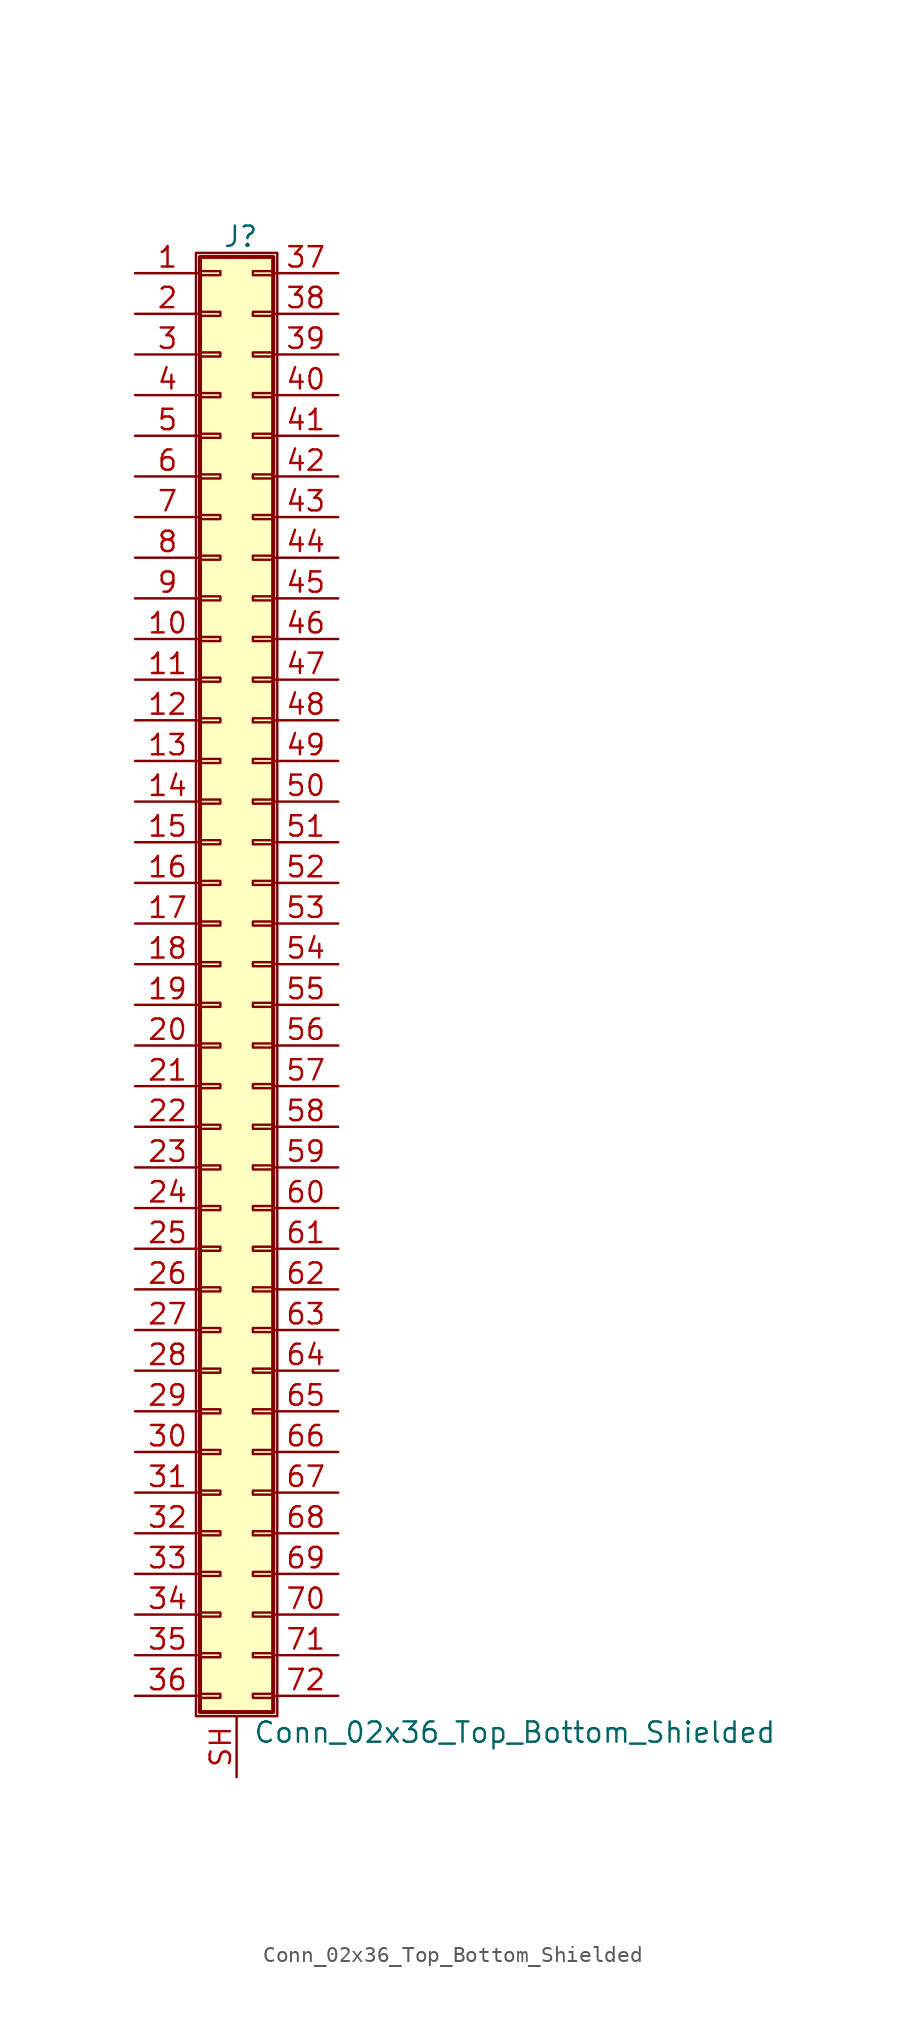
<source format=kicad_sym>
(kicad_symbol_lib
  (version 20211014)
  (generator kicad_symbol_editor)
  (symbol "Conn_02x36_Top_Bottom_Shielded"
    (pin_names
      (offset 1.016) hide)
    (property "Reference" "J"
      (at 1.524 45.466 0)
      (effects (font (size 1.27 1.27))))
    (property "Value" "Conn_02x36_Top_Bottom_Shielded"
      (at 2.286 -48.006 0)
      (effects (font (size 1.27 1.27)) (justify left)))
    (symbol "Conn_02x36_Top_Bottom_Shielded_1_1"
      (rectangle (start -1.27 44.45) (end 3.81 -46.99) (stroke (width 0.152) (type default) (color 0 0 0 0)) (fill (type none)))
      (rectangle (start -1.016 -45.593) (end 0.254 -45.847) (stroke (width 0.152) (type default) (color 0 0 0 0)) (fill (type none)))
      (rectangle (start -1.016 -43.053) (end 0.254 -43.307) (stroke (width 0.152) (type default) (color 0 0 0 0)) (fill (type none)))
      (rectangle (start -1.016 -40.513) (end 0.254 -40.767) (stroke (width 0.152) (type default) (color 0 0 0 0)) (fill (type none)))
      (rectangle (start -1.016 -37.973) (end 0.254 -38.227) (stroke (width 0.152) (type default) (color 0 0 0 0)) (fill (type none)))
      (rectangle (start -1.016 -35.433) (end 0.254 -35.687) (stroke (width 0.152) (type default) (color 0 0 0 0)) (fill (type none)))
      (rectangle (start -1.016 -32.893) (end 0.254 -33.147) (stroke (width 0.152) (type default) (color 0 0 0 0)) (fill (type none)))
      (rectangle (start -1.016 -30.353) (end 0.254 -30.607) (stroke (width 0.152) (type default) (color 0 0 0 0)) (fill (type none)))
      (rectangle (start -1.016 -27.813) (end 0.254 -28.067) (stroke (width 0.152) (type default) (color 0 0 0 0)) (fill (type none)))
      (rectangle (start -1.016 -25.273) (end 0.254 -25.527) (stroke (width 0.152) (type default) (color 0 0 0 0)) (fill (type none)))
      (rectangle (start -1.016 -22.733) (end 0.254 -22.987) (stroke (width 0.152) (type default) (color 0 0 0 0)) (fill (type none)))
      (rectangle (start -1.016 -20.193) (end 0.254 -20.447) (stroke (width 0.152) (type default) (color 0 0 0 0)) (fill (type none)))
      (rectangle (start -1.016 -17.653) (end 0.254 -17.907) (stroke (width 0.152) (type default) (color 0 0 0 0)) (fill (type none)))
      (rectangle (start -1.016 -15.113) (end 0.254 -15.367) (stroke (width 0.152) (type default) (color 0 0 0 0)) (fill (type none)))
      (rectangle (start -1.016 -12.573) (end 0.254 -12.827) (stroke (width 0.152) (type default) (color 0 0 0 0)) (fill (type none)))
      (rectangle (start -1.016 -10.033) (end 0.254 -10.287) (stroke (width 0.152) (type default) (color 0 0 0 0)) (fill (type none)))
      (rectangle (start -1.016 -7.493) (end 0.254 -7.747) (stroke (width 0.152) (type default) (color 0 0 0 0)) (fill (type none)))
      (rectangle (start -1.016 -4.953) (end 0.254 -5.207) (stroke (width 0.152) (type default) (color 0 0 0 0)) (fill (type none)))
      (rectangle (start -1.016 -2.413) (end 0.254 -2.667) (stroke (width 0.152) (type default) (color 0 0 0 0)) (fill (type none)))
      (rectangle (start -1.016 0.127) (end 0.254 -0.127) (stroke (width 0.152) (type default) (color 0 0 0 0)) (fill (type none)))
      (rectangle (start -1.016 2.667) (end 0.254 2.413) (stroke (width 0.152) (type default) (color 0 0 0 0)) (fill (type none)))
      (rectangle (start -1.016 5.207) (end 0.254 4.953) (stroke (width 0.152) (type default) (color 0 0 0 0)) (fill (type none)))
      (rectangle (start -1.016 7.747) (end 0.254 7.493) (stroke (width 0.152) (type default) (color 0 0 0 0)) (fill (type none)))
      (rectangle (start -1.016 10.287) (end 0.254 10.033) (stroke (width 0.152) (type default) (color 0 0 0 0)) (fill (type none)))
      (rectangle (start -1.016 12.827) (end 0.254 12.573) (stroke (width 0.152) (type default) (color 0 0 0 0)) (fill (type none)))
      (rectangle (start -1.016 15.367) (end 0.254 15.113) (stroke (width 0.152) (type default) (color 0 0 0 0)) (fill (type none)))
      (rectangle (start -1.016 17.907) (end 0.254 17.653) (stroke (width 0.152) (type default) (color 0 0 0 0)) (fill (type none)))
      (rectangle (start -1.016 20.447) (end 0.254 20.193) (stroke (width 0.152) (type default) (color 0 0 0 0)) (fill (type none)))
      (rectangle (start -1.016 22.987) (end 0.254 22.733) (stroke (width 0.152) (type default) (color 0 0 0 0)) (fill (type none)))
      (rectangle (start -1.016 25.527) (end 0.254 25.273) (stroke (width 0.152) (type default) (color 0 0 0 0)) (fill (type none)))
      (rectangle (start -1.016 28.067) (end 0.254 27.813) (stroke (width 0.152) (type default) (color 0 0 0 0)) (fill (type none)))
      (rectangle (start -1.016 30.607) (end 0.254 30.353) (stroke (width 0.152) (type default) (color 0 0 0 0)) (fill (type none)))
      (rectangle (start -1.016 33.147) (end 0.254 32.893) (stroke (width 0.152) (type default) (color 0 0 0 0)) (fill (type none)))
      (rectangle (start -1.016 35.687) (end 0.254 35.433) (stroke (width 0.152) (type default) (color 0 0 0 0)) (fill (type none)))
      (rectangle (start -1.016 38.227) (end 0.254 37.973) (stroke (width 0.152) (type default) (color 0 0 0 0)) (fill (type none)))
      (rectangle (start -1.016 40.767) (end 0.254 40.513) (stroke (width 0.152) (type default) (color 0 0 0 0)) (fill (type none)))
      (rectangle (start -1.016 43.307) (end 0.254 43.053) (stroke (width 0.152) (type default) (color 0 0 0 0)) (fill (type none)))
      (rectangle (start -1.016 44.196) (end 3.556 -46.736) (stroke (width 0.254) (type default) (color 0 0 0 0)) (fill (type background)))
      (rectangle (start 3.556 -45.593) (end 2.286 -45.847) (stroke (width 0.152) (type default) (color 0 0 0 0)) (fill (type none)))
      (rectangle (start 3.556 -43.053) (end 2.286 -43.307) (stroke (width 0.152) (type default) (color 0 0 0 0)) (fill (type none)))
      (rectangle (start 3.556 -40.513) (end 2.286 -40.767) (stroke (width 0.152) (type default) (color 0 0 0 0)) (fill (type none)))
      (rectangle (start 3.556 -37.973) (end 2.286 -38.227) (stroke (width 0.152) (type default) (color 0 0 0 0)) (fill (type none)))
      (rectangle (start 3.556 -35.433) (end 2.286 -35.687) (stroke (width 0.152) (type default) (color 0 0 0 0)) (fill (type none)))
      (rectangle (start 3.556 -32.893) (end 2.286 -33.147) (stroke (width 0.152) (type default) (color 0 0 0 0)) (fill (type none)))
      (rectangle (start 3.556 -30.353) (end 2.286 -30.607) (stroke (width 0.152) (type default) (color 0 0 0 0)) (fill (type none)))
      (rectangle (start 3.556 -27.813) (end 2.286 -28.067) (stroke (width 0.152) (type default) (color 0 0 0 0)) (fill (type none)))
      (rectangle (start 3.556 -25.273) (end 2.286 -25.527) (stroke (width 0.152) (type default) (color 0 0 0 0)) (fill (type none)))
      (rectangle (start 3.556 -22.733) (end 2.286 -22.987) (stroke (width 0.152) (type default) (color 0 0 0 0)) (fill (type none)))
      (rectangle (start 3.556 -20.193) (end 2.286 -20.447) (stroke (width 0.152) (type default) (color 0 0 0 0)) (fill (type none)))
      (rectangle (start 3.556 -17.653) (end 2.286 -17.907) (stroke (width 0.152) (type default) (color 0 0 0 0)) (fill (type none)))
      (rectangle (start 3.556 -15.113) (end 2.286 -15.367) (stroke (width 0.152) (type default) (color 0 0 0 0)) (fill (type none)))
      (rectangle (start 3.556 -12.573) (end 2.286 -12.827) (stroke (width 0.152) (type default) (color 0 0 0 0)) (fill (type none)))
      (rectangle (start 3.556 -10.033) (end 2.286 -10.287) (stroke (width 0.152) (type default) (color 0 0 0 0)) (fill (type none)))
      (rectangle (start 3.556 -7.493) (end 2.286 -7.747) (stroke (width 0.152) (type default) (color 0 0 0 0)) (fill (type none)))
      (rectangle (start 3.556 -4.953) (end 2.286 -5.207) (stroke (width 0.152) (type default) (color 0 0 0 0)) (fill (type none)))
      (rectangle (start 3.556 -2.413) (end 2.286 -2.667) (stroke (width 0.152) (type default) (color 0 0 0 0)) (fill (type none)))
      (rectangle (start 3.556 0.127) (end 2.286 -0.127) (stroke (width 0.152) (type default) (color 0 0 0 0)) (fill (type none)))
      (rectangle (start 3.556 2.667) (end 2.286 2.413) (stroke (width 0.152) (type default) (color 0 0 0 0)) (fill (type none)))
      (rectangle (start 3.556 5.207) (end 2.286 4.953) (stroke (width 0.152) (type default) (color 0 0 0 0)) (fill (type none)))
      (rectangle (start 3.556 7.747) (end 2.286 7.493) (stroke (width 0.152) (type default) (color 0 0 0 0)) (fill (type none)))
      (rectangle (start 3.556 10.287) (end 2.286 10.033) (stroke (width 0.152) (type default) (color 0 0 0 0)) (fill (type none)))
      (rectangle (start 3.556 12.827) (end 2.286 12.573) (stroke (width 0.152) (type default) (color 0 0 0 0)) (fill (type none)))
      (rectangle (start 3.556 15.367) (end 2.286 15.113) (stroke (width 0.152) (type default) (color 0 0 0 0)) (fill (type none)))
      (rectangle (start 3.556 17.907) (end 2.286 17.653) (stroke (width 0.152) (type default) (color 0 0 0 0)) (fill (type none)))
      (rectangle (start 3.556 20.447) (end 2.286 20.193) (stroke (width 0.152) (type default) (color 0 0 0 0)) (fill (type none)))
      (rectangle (start 3.556 22.987) (end 2.286 22.733) (stroke (width 0.152) (type default) (color 0 0 0 0)) (fill (type none)))
      (rectangle (start 3.556 25.527) (end 2.286 25.273) (stroke (width 0.152) (type default) (color 0 0 0 0)) (fill (type none)))
      (rectangle (start 3.556 28.067) (end 2.286 27.813) (stroke (width 0.152) (type default) (color 0 0 0 0)) (fill (type none)))
      (rectangle (start 3.556 30.607) (end 2.286 30.353) (stroke (width 0.152) (type default) (color 0 0 0 0)) (fill (type none)))
      (rectangle (start 3.556 33.147) (end 2.286 32.893) (stroke (width 0.152) (type default) (color 0 0 0 0)) (fill (type none)))
      (rectangle (start 3.556 35.687) (end 2.286 35.433) (stroke (width 0.152) (type default) (color 0 0 0 0)) (fill (type none)))
      (rectangle (start 3.556 38.227) (end 2.286 37.973) (stroke (width 0.152) (type default) (color 0 0 0 0)) (fill (type none)))
      (rectangle (start 3.556 40.767) (end 2.286 40.513) (stroke (width 0.152) (type default) (color 0 0 0 0)) (fill (type none)))
      (rectangle (start 3.556 43.307) (end 2.286 43.053) (stroke (width 0.152) (type default) (color 0 0 0 0)) (fill (type none)))
      (pin passive line (at -5.08 43.18 0) (length 4.064) (name "Pin_1" (effects (font (size 1.27 1.27)))) (number "1" (effects (font (size 1.27 1.27)))))
      (pin passive line (at -5.08 20.32 0) (length 4.064) (name "Pin_10" (effects (font (size 1.27 1.27)))) (number "10" (effects (font (size 1.27 1.27)))))
      (pin passive line (at -5.08 17.78 0) (length 4.064) (name "Pin_11" (effects (font (size 1.27 1.27)))) (number "11" (effects (font (size 1.27 1.27)))))
      (pin passive line (at -5.08 15.24 0) (length 4.064) (name "Pin_12" (effects (font (size 1.27 1.27)))) (number "12" (effects (font (size 1.27 1.27)))))
      (pin passive line (at -5.08 12.7 0) (length 4.064) (name "Pin_13" (effects (font (size 1.27 1.27)))) (number "13" (effects (font (size 1.27 1.27)))))
      (pin passive line (at -5.08 10.16 0) (length 4.064) (name "Pin_14" (effects (font (size 1.27 1.27)))) (number "14" (effects (font (size 1.27 1.27)))))
      (pin passive line (at -5.08 7.62 0) (length 4.064) (name "Pin_15" (effects (font (size 1.27 1.27)))) (number "15" (effects (font (size 1.27 1.27)))))
      (pin passive line (at -5.08 5.08 0) (length 4.064) (name "Pin_16" (effects (font (size 1.27 1.27)))) (number "16" (effects (font (size 1.27 1.27)))))
      (pin passive line (at -5.08 2.54 0) (length 4.064) (name "Pin_17" (effects (font (size 1.27 1.27)))) (number "17" (effects (font (size 1.27 1.27)))))
      (pin passive line (at -5.08 0 0) (length 4.064) (name "Pin_18" (effects (font (size 1.27 1.27)))) (number "18" (effects (font (size 1.27 1.27)))))
      (pin passive line (at -5.08 -2.54 0) (length 4.064) (name "Pin_19" (effects (font (size 1.27 1.27)))) (number "19" (effects (font (size 1.27 1.27)))))
      (pin passive line (at -5.08 40.64 0) (length 4.064) (name "Pin_2" (effects (font (size 1.27 1.27)))) (number "2" (effects (font (size 1.27 1.27)))))
      (pin passive line (at -5.08 -5.08 0) (length 4.064) (name "Pin_20" (effects (font (size 1.27 1.27)))) (number "20" (effects (font (size 1.27 1.27)))))
      (pin passive line (at -5.08 -7.62 0) (length 4.064) (name "Pin_21" (effects (font (size 1.27 1.27)))) (number "21" (effects (font (size 1.27 1.27)))))
      (pin passive line (at -5.08 -10.16 0) (length 4.064) (name "Pin_22" (effects (font (size 1.27 1.27)))) (number "22" (effects (font (size 1.27 1.27)))))
      (pin passive line (at -5.08 -12.7 0) (length 4.064) (name "Pin_23" (effects (font (size 1.27 1.27)))) (number "23" (effects (font (size 1.27 1.27)))))
      (pin passive line (at -5.08 -15.24 0) (length 4.064) (name "Pin_24" (effects (font (size 1.27 1.27)))) (number "24" (effects (font (size 1.27 1.27)))))
      (pin passive line (at -5.08 -17.78 0) (length 4.064) (name "Pin_25" (effects (font (size 1.27 1.27)))) (number "25" (effects (font (size 1.27 1.27)))))
      (pin passive line (at -5.08 -20.32 0) (length 4.064) (name "Pin_26" (effects (font (size 1.27 1.27)))) (number "26" (effects (font (size 1.27 1.27)))))
      (pin passive line (at -5.08 -22.86 0) (length 4.064) (name "Pin_27" (effects (font (size 1.27 1.27)))) (number "27" (effects (font (size 1.27 1.27)))))
      (pin passive line (at -5.08 -25.4 0) (length 4.064) (name "Pin_28" (effects (font (size 1.27 1.27)))) (number "28" (effects (font (size 1.27 1.27)))))
      (pin passive line (at -5.08 -27.94 0) (length 4.064) (name "Pin_29" (effects (font (size 1.27 1.27)))) (number "29" (effects (font (size 1.27 1.27)))))
      (pin passive line (at -5.08 38.1 0) (length 4.064) (name "Pin_3" (effects (font (size 1.27 1.27)))) (number "3" (effects (font (size 1.27 1.27)))))
      (pin passive line (at -5.08 -30.48 0) (length 4.064) (name "Pin_30" (effects (font (size 1.27 1.27)))) (number "30" (effects (font (size 1.27 1.27)))))
      (pin passive line (at -5.08 -33.02 0) (length 4.064) (name "Pin_31" (effects (font (size 1.27 1.27)))) (number "31" (effects (font (size 1.27 1.27)))))
      (pin passive line (at -5.08 -35.56 0) (length 4.064) (name "Pin_32" (effects (font (size 1.27 1.27)))) (number "32" (effects (font (size 1.27 1.27)))))
      (pin passive line (at -5.08 -38.1 0) (length 4.064) (name "Pin_33" (effects (font (size 1.27 1.27)))) (number "33" (effects (font (size 1.27 1.27)))))
      (pin passive line (at -5.08 -40.64 0) (length 4.064) (name "Pin_34" (effects (font (size 1.27 1.27)))) (number "34" (effects (font (size 1.27 1.27)))))
      (pin passive line (at -5.08 -43.18 0) (length 4.064) (name "Pin_35" (effects (font (size 1.27 1.27)))) (number "35" (effects (font (size 1.27 1.27)))))
      (pin passive line (at -5.08 -45.72 0) (length 4.064) (name "Pin_36" (effects (font (size 1.27 1.27)))) (number "36" (effects (font (size 1.27 1.27)))))
      (pin passive line (at 7.62 43.18 180) (length 4.064) (name "Pin_37" (effects (font (size 1.27 1.27)))) (number "37" (effects (font (size 1.27 1.27)))))
      (pin passive line (at 7.62 40.64 180) (length 4.064) (name "Pin_38" (effects (font (size 1.27 1.27)))) (number "38" (effects (font (size 1.27 1.27)))))
      (pin passive line (at 7.62 38.1 180) (length 4.064) (name "Pin_39" (effects (font (size 1.27 1.27)))) (number "39" (effects (font (size 1.27 1.27)))))
      (pin passive line (at -5.08 35.56 0) (length 4.064) (name "Pin_4" (effects (font (size 1.27 1.27)))) (number "4" (effects (font (size 1.27 1.27)))))
      (pin passive line (at 7.62 35.56 180) (length 4.064) (name "Pin_40" (effects (font (size 1.27 1.27)))) (number "40" (effects (font (size 1.27 1.27)))))
      (pin passive line (at 7.62 33.02 180) (length 4.064) (name "Pin_41" (effects (font (size 1.27 1.27)))) (number "41" (effects (font (size 1.27 1.27)))))
      (pin passive line (at 7.62 30.48 180) (length 4.064) (name "Pin_42" (effects (font (size 1.27 1.27)))) (number "42" (effects (font (size 1.27 1.27)))))
      (pin passive line (at 7.62 27.94 180) (length 4.064) (name "Pin_43" (effects (font (size 1.27 1.27)))) (number "43" (effects (font (size 1.27 1.27)))))
      (pin passive line (at 7.62 25.4 180) (length 4.064) (name "Pin_44" (effects (font (size 1.27 1.27)))) (number "44" (effects (font (size 1.27 1.27)))))
      (pin passive line (at 7.62 22.86 180) (length 4.064) (name "Pin_45" (effects (font (size 1.27 1.27)))) (number "45" (effects (font (size 1.27 1.27)))))
      (pin passive line (at 7.62 20.32 180) (length 4.064) (name "Pin_46" (effects (font (size 1.27 1.27)))) (number "46" (effects (font (size 1.27 1.27)))))
      (pin passive line (at 7.62 17.78 180) (length 4.064) (name "Pin_47" (effects (font (size 1.27 1.27)))) (number "47" (effects (font (size 1.27 1.27)))))
      (pin passive line (at 7.62 15.24 180) (length 4.064) (name "Pin_48" (effects (font (size 1.27 1.27)))) (number "48" (effects (font (size 1.27 1.27)))))
      (pin passive line (at 7.62 12.7 180) (length 4.064) (name "Pin_49" (effects (font (size 1.27 1.27)))) (number "49" (effects (font (size 1.27 1.27)))))
      (pin passive line (at -5.08 33.02 0) (length 4.064) (name "Pin_5" (effects (font (size 1.27 1.27)))) (number "5" (effects (font (size 1.27 1.27)))))
      (pin passive line (at 7.62 10.16 180) (length 4.064) (name "Pin_50" (effects (font (size 1.27 1.27)))) (number "50" (effects (font (size 1.27 1.27)))))
      (pin passive line (at 7.62 7.62 180) (length 4.064) (name "Pin_51" (effects (font (size 1.27 1.27)))) (number "51" (effects (font (size 1.27 1.27)))))
      (pin passive line (at 7.62 5.08 180) (length 4.064) (name "Pin_52" (effects (font (size 1.27 1.27)))) (number "52" (effects (font (size 1.27 1.27)))))
      (pin passive line (at 7.62 2.54 180) (length 4.064) (name "Pin_53" (effects (font (size 1.27 1.27)))) (number "53" (effects (font (size 1.27 1.27)))))
      (pin passive line (at 7.62 0 180) (length 4.064) (name "Pin_54" (effects (font (size 1.27 1.27)))) (number "54" (effects (font (size 1.27 1.27)))))
      (pin passive line (at 7.62 -2.54 180) (length 4.064) (name "Pin_55" (effects (font (size 1.27 1.27)))) (number "55" (effects (font (size 1.27 1.27)))))
      (pin passive line (at 7.62 -5.08 180) (length 4.064) (name "Pin_56" (effects (font (size 1.27 1.27)))) (number "56" (effects (font (size 1.27 1.27)))))
      (pin passive line (at 7.62 -7.62 180) (length 4.064) (name "Pin_57" (effects (font (size 1.27 1.27)))) (number "57" (effects (font (size 1.27 1.27)))))
      (pin passive line (at 7.62 -10.16 180) (length 4.064) (name "Pin_58" (effects (font (size 1.27 1.27)))) (number "58" (effects (font (size 1.27 1.27)))))
      (pin passive line (at 7.62 -12.7 180) (length 4.064) (name "Pin_59" (effects (font (size 1.27 1.27)))) (number "59" (effects (font (size 1.27 1.27)))))
      (pin passive line (at -5.08 30.48 0) (length 4.064) (name "Pin_6" (effects (font (size 1.27 1.27)))) (number "6" (effects (font (size 1.27 1.27)))))
      (pin passive line (at 7.62 -15.24 180) (length 4.064) (name "Pin_60" (effects (font (size 1.27 1.27)))) (number "60" (effects (font (size 1.27 1.27)))))
      (pin passive line (at 7.62 -17.78 180) (length 4.064) (name "Pin_61" (effects (font (size 1.27 1.27)))) (number "61" (effects (font (size 1.27 1.27)))))
      (pin passive line (at 7.62 -20.32 180) (length 4.064) (name "Pin_62" (effects (font (size 1.27 1.27)))) (number "62" (effects (font (size 1.27 1.27)))))
      (pin passive line (at 7.62 -22.86 180) (length 4.064) (name "Pin_63" (effects (font (size 1.27 1.27)))) (number "63" (effects (font (size 1.27 1.27)))))
      (pin passive line (at 7.62 -25.4 180) (length 4.064) (name "Pin_64" (effects (font (size 1.27 1.27)))) (number "64" (effects (font (size 1.27 1.27)))))
      (pin passive line (at 7.62 -27.94 180) (length 4.064) (name "Pin_65" (effects (font (size 1.27 1.27)))) (number "65" (effects (font (size 1.27 1.27)))))
      (pin passive line (at 7.62 -30.48 180) (length 4.064) (name "Pin_66" (effects (font (size 1.27 1.27)))) (number "66" (effects (font (size 1.27 1.27)))))
      (pin passive line (at 7.62 -33.02 180) (length 4.064) (name "Pin_67" (effects (font (size 1.27 1.27)))) (number "67" (effects (font (size 1.27 1.27)))))
      (pin passive line (at 7.62 -35.56 180) (length 4.064) (name "Pin_68" (effects (font (size 1.27 1.27)))) (number "68" (effects (font (size 1.27 1.27)))))
      (pin passive line (at 7.62 -38.1 180) (length 4.064) (name "Pin_69" (effects (font (size 1.27 1.27)))) (number "69" (effects (font (size 1.27 1.27)))))
      (pin passive line (at -5.08 27.94 0) (length 4.064) (name "Pin_7" (effects (font (size 1.27 1.27)))) (number "7" (effects (font (size 1.27 1.27)))))
      (pin passive line (at 7.62 -40.64 180) (length 4.064) (name "Pin_70" (effects (font (size 1.27 1.27)))) (number "70" (effects (font (size 1.27 1.27)))))
      (pin passive line (at 7.62 -43.18 180) (length 4.064) (name "Pin_71" (effects (font (size 1.27 1.27)))) (number "71" (effects (font (size 1.27 1.27)))))
      (pin passive line (at 7.62 -45.72 180) (length 4.064) (name "Pin_72" (effects (font (size 1.27 1.27)))) (number "72" (effects (font (size 1.27 1.27)))))
      (pin passive line (at -5.08 25.4 0) (length 4.064) (name "Pin_8" (effects (font (size 1.27 1.27)))) (number "8" (effects (font (size 1.27 1.27)))))
      (pin passive line (at -5.08 22.86 0) (length 4.064) (name "Pin_9" (effects (font (size 1.27 1.27)))) (number "9" (effects (font (size 1.27 1.27)))))
      (pin passive line (at 1.27 -50.8 90) (length 3.81) (name "Shield" (effects (font (size 1.27 1.27)))) (number "SH" (effects (font (size 1.27 1.27))))))))
</source>
